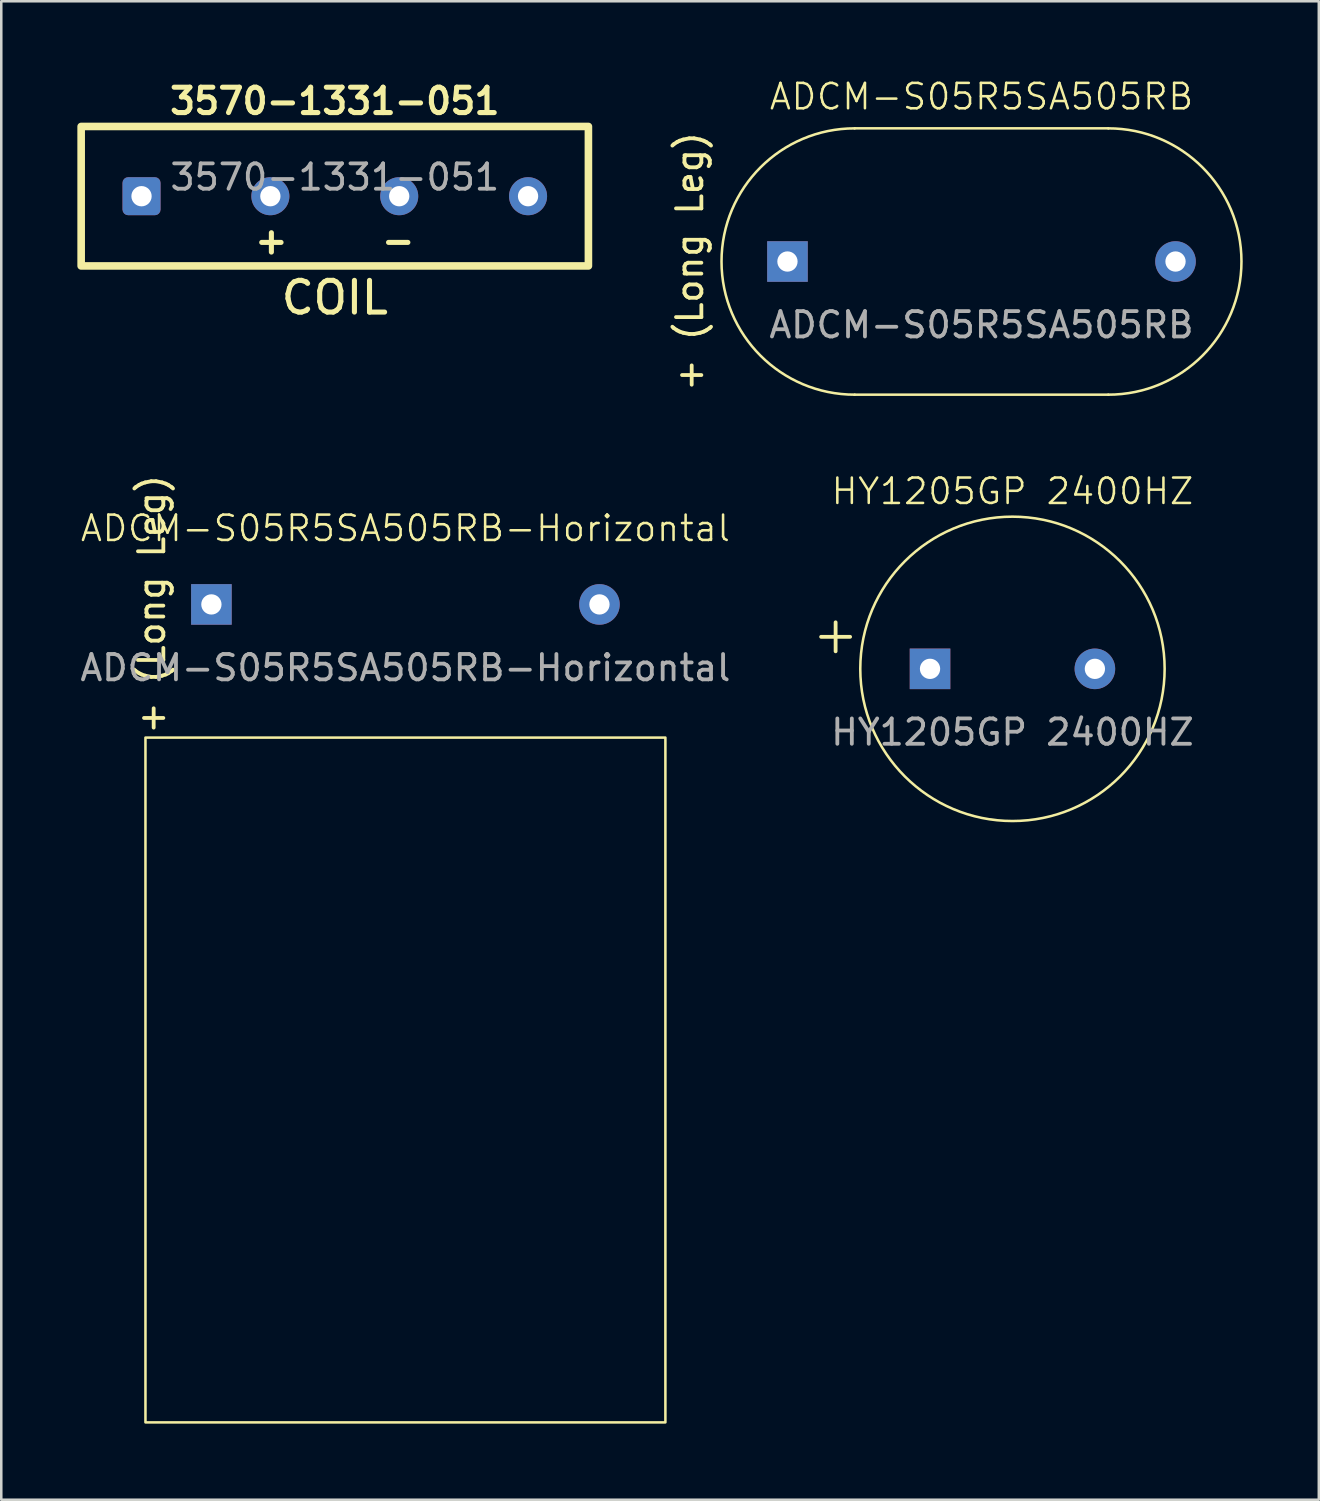
<source format=kicad_pcb>
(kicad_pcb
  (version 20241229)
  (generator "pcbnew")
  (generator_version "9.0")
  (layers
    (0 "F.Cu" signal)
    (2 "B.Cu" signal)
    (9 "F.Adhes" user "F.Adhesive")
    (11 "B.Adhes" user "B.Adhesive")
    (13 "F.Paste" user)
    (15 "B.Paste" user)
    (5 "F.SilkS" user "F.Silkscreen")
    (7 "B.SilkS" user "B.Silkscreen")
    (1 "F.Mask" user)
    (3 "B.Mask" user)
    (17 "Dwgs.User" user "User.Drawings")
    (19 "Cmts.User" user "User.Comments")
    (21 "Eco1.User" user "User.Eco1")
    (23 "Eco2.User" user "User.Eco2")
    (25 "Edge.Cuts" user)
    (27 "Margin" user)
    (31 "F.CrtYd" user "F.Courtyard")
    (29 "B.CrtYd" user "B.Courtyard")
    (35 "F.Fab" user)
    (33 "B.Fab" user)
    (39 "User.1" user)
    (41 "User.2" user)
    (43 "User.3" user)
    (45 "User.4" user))
  (footprint "ADCM-S05R5SA505RB-Horizontal"
    (layer "F.Cu")
    (at 12.935 20.781)
    (property "Reference" "ADCM-S05R5SA505RB-Horizontal" (at 0 -3 0) (unlocked yes) (layer "F.SilkS") (effects (font (size 1 1) (thickness 0.1))))
    (attr through_hole)
    (fp_rect (start -10.25 5.25) (end 10.25 32.25) (stroke (width 0.1) (type solid)) (fill no) (layer "F.SilkS"))
    (fp_text user "+ (Long Leg)" (at -10 0 90) (unlocked yes) (layer "F.SilkS") (effects (font (size 1 1) (thickness 0.15))))
    (fp_text user "${REFERENCE}" (at 0 2.5 0) (unlocked yes) (layer "F.Fab") (effects (font (size 1 1) (thickness 0.15))))
    (pad "1" thru_hole rect (at -7.65 0) (size 1.6 1.6) (drill 0.8) (layers "*.Cu" "*.Mask"))
    (pad "2" thru_hole circle (at 7.65 0) (size 1.6 1.6) (drill 0.8) (layers "*.Cu" "*.Mask")))
  (footprint "3570-1331-051"
    (layer "F.Cu")
    (at 10.15 4.686)
    (property "Reference" "3570-1331-051" (at 0 -3.75 0) (unlocked yes) (layer "F.SilkS") (effects (font (size 1 1) (thickness 0.2) (bold yes))))
    (attr through_hole)
    (fp_rect (start -10 -2.75) (end 10 2.75) (stroke (width 0.3) (type solid)) (fill no) (layer "F.SilkS"))
    (fp_text user "+" (at -2.5 1.75 0) (unlocked yes) (layer "F.SilkS") (effects (font (size 1 1) (thickness 0.2) (bold yes))))
    (fp_text user "-" (at 2.5 1.75 0) (unlocked yes) (layer "F.SilkS") (effects (font (size 1 1) (thickness 0.2) (bold yes))))
    (fp_text user "COIL" (at 0 4 0) (unlocked yes) (layer "F.SilkS") (effects (font (size 1.25 1.25) (thickness 0.2) (bold yes))))
    (fp_text user "${REFERENCE}" (at 0 -0.75 0) (unlocked yes) (layer "F.Fab") (effects (font (size 1 1) (thickness 0.15))))
    (pad "13" thru_hole roundrect (at -7.62 0) (size 1.5 1.5) (drill 0.8) (layers "*.Cu" "*.Mask") (roundrect_rratio 0.15))
    (pad "14" thru_hole circle (at 7.62 0) (size 1.5 1.5) (drill 0.8) (layers "*.Cu" "*.Mask"))
    (pad "A1" thru_hole circle (at -2.54 0) (size 1.5 1.5) (drill 0.8) (layers "*.Cu" "*.Mask"))
    (pad "A2" thru_hole circle (at 2.54 0) (size 1.5 1.5) (drill 0.8) (layers "*.Cu" "*.Mask")))
  (footprint "HY1205GP 2400HZ"
    (layer "F.Cu")
    (at 36.869 23.321)
    (property "Reference" "HY1205GP 2400HZ" (at 0 -7 0) (unlocked yes) (layer "F.SilkS") (effects (font (size 1 1) (thickness 0.1))))
    (attr through_hole)
    (fp_circle (center 0 0) (end 6 0) (stroke (width 0.1) (type solid)) (fill no) (layer "F.SilkS"))
    (fp_text user "+" (at -8 -0.5 0) (unlocked yes) (layer "F.SilkS") (effects (font (size 1.5 1.5) (thickness 0.15)) (justify left bottom)))
    (fp_text user "${REFERENCE}" (at 0 2.5 0) (unlocked yes) (layer "F.Fab") (effects (font (size 1 1) (thickness 0.15))))
    (pad "1" thru_hole rect (at -3.25 0) (size 1.6 1.6) (drill 0.8) (layers "*.Cu" "*.Mask"))
    (pad "2" thru_hole circle (at 3.25 0) (size 1.6 1.6) (drill 0.8) (layers "*.Cu" "*.Mask")))
  (footprint "ADCM-S05R5SA505RB"
    (layer "F.Cu")
    (at 35.648 7.261)
    (property "Reference" "ADCM-S05R5SA505RB" (at 0 -6.5 0) (unlocked yes) (layer "F.SilkS") (effects (font (size 1 1) (thickness 0.1))))
    (attr through_hole)
    (fp_line (start 5 -5.25) (end -5 -5.25) (stroke (width 0.1) (type default)) (layer "F.SilkS"))
    (fp_line (start 5 5.25) (end -5 5.25) (stroke (width 0.1) (type default)) (layer "F.SilkS"))
    (fp_arc (start -5 5.25) (mid -10.25 0) (end -5 -5.25) (stroke (width 0.1) (type solid)) (layer "F.SilkS"))
    (fp_arc (start 5 -5.25) (mid 10.25 0) (end 5 5.25) (stroke (width 0.1) (type solid)) (layer "F.SilkS"))
    (fp_text user "+ (Long Leg)" (at -11.5 0 90) (unlocked yes) (layer "F.SilkS") (effects (font (size 1 1) (thickness 0.15))))
    (fp_text user "${REFERENCE}" (at 0 2.5 0) (unlocked yes) (layer "F.Fab") (effects (font (size 1 1) (thickness 0.15))))
    (pad "1" thru_hole rect (at -7.65 0) (size 1.6 1.6) (drill 0.8) (layers "*.Cu" "*.Mask"))
    (pad "2" thru_hole circle (at 7.65 0) (size 1.6 1.6) (drill 0.8) (layers "*.Cu" "*.Mask")))
  (gr_rect
    (start -3 -3)
    (end 48.948 56.081)
    (stroke (width 0.1) (type default))
    (fill no)
    (layer "Edge.Cuts")))
</source>
